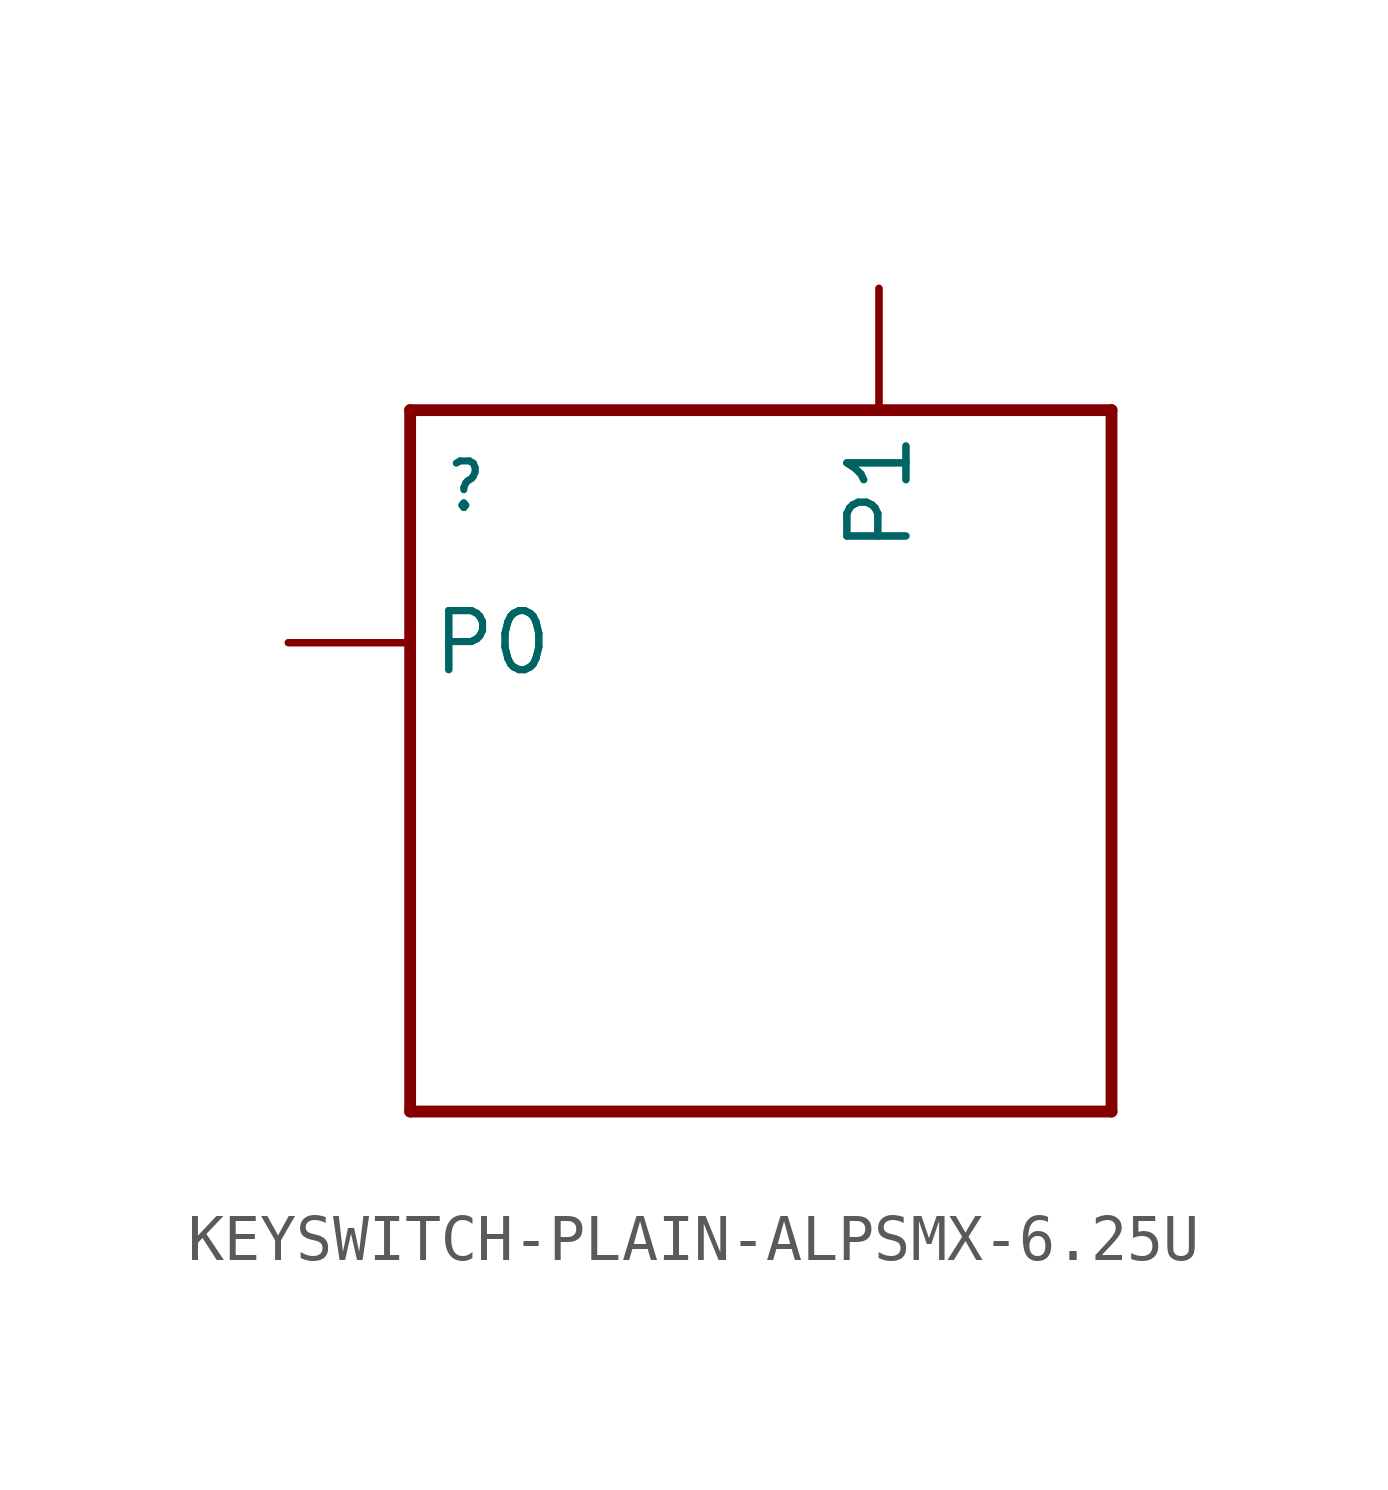
<source format=kicad_sym>
(kicad_symbol_lib
  (version 20211014)
  (generator kicad_symbol_editor)
  (symbol "KEYSWITCH-PLAIN-ALPSMX-6.25U"
    (property "Reference" ""
      (at -6.81 5.318 0)
      (effects (font (size 1 0.85)) (justify left bottom)))
    (property "ki_locked" ""
      (at 0 0 0)
      (effects (font (size 1.27 1.27))))
    (symbol "KEYSWITCH-PLAIN-ALPSMX-6.25U_1_0"
      (polyline (pts (xy -7.54 -7.54) (xy -7.54 7.54)) (stroke (width 0.254) (type default) (color 0 0 0 0)) (fill (type none)))
      (polyline (pts (xy -7.54 7.54) (xy 7.54 7.54)) (stroke (width 0.254) (type default) (color 0 0 0 0)) (fill (type none)))
      (polyline (pts (xy 7.54 -7.54) (xy -7.54 -7.54)) (stroke (width 0.254) (type default) (color 0 0 0 0)) (fill (type none)))
      (polyline (pts (xy 7.54 7.54) (xy 7.54 -7.54)) (stroke (width 0.254) (type default) (color 0 0 0 0)) (fill (type none)))
      (pin bidirectional line (at -10.16 2.54 0) (length 2.54) (name "P0" (effects (font (size 1.27 1.27)))) (number "ALPS1" (effects (font (size 0 0)))))
      (pin bidirectional line (at 2.54 10.16 270) (length 2.54) (name "P1" (effects (font (size 1.27 1.27)))) (number "ALPS2" (effects (font (size 0 0)))))
      (pin bidirectional line (at -10.16 2.54 0) (length 2.54) (name "P0" (effects (font (size 1.27 1.27)))) (number "MX1" (effects (font (size 0 0)))))
      (pin bidirectional line (at 2.54 10.16 270) (length 2.54) (name "P1" (effects (font (size 1.27 1.27)))) (number "MX2" (effects (font (size 0 0))))))))
</source>
